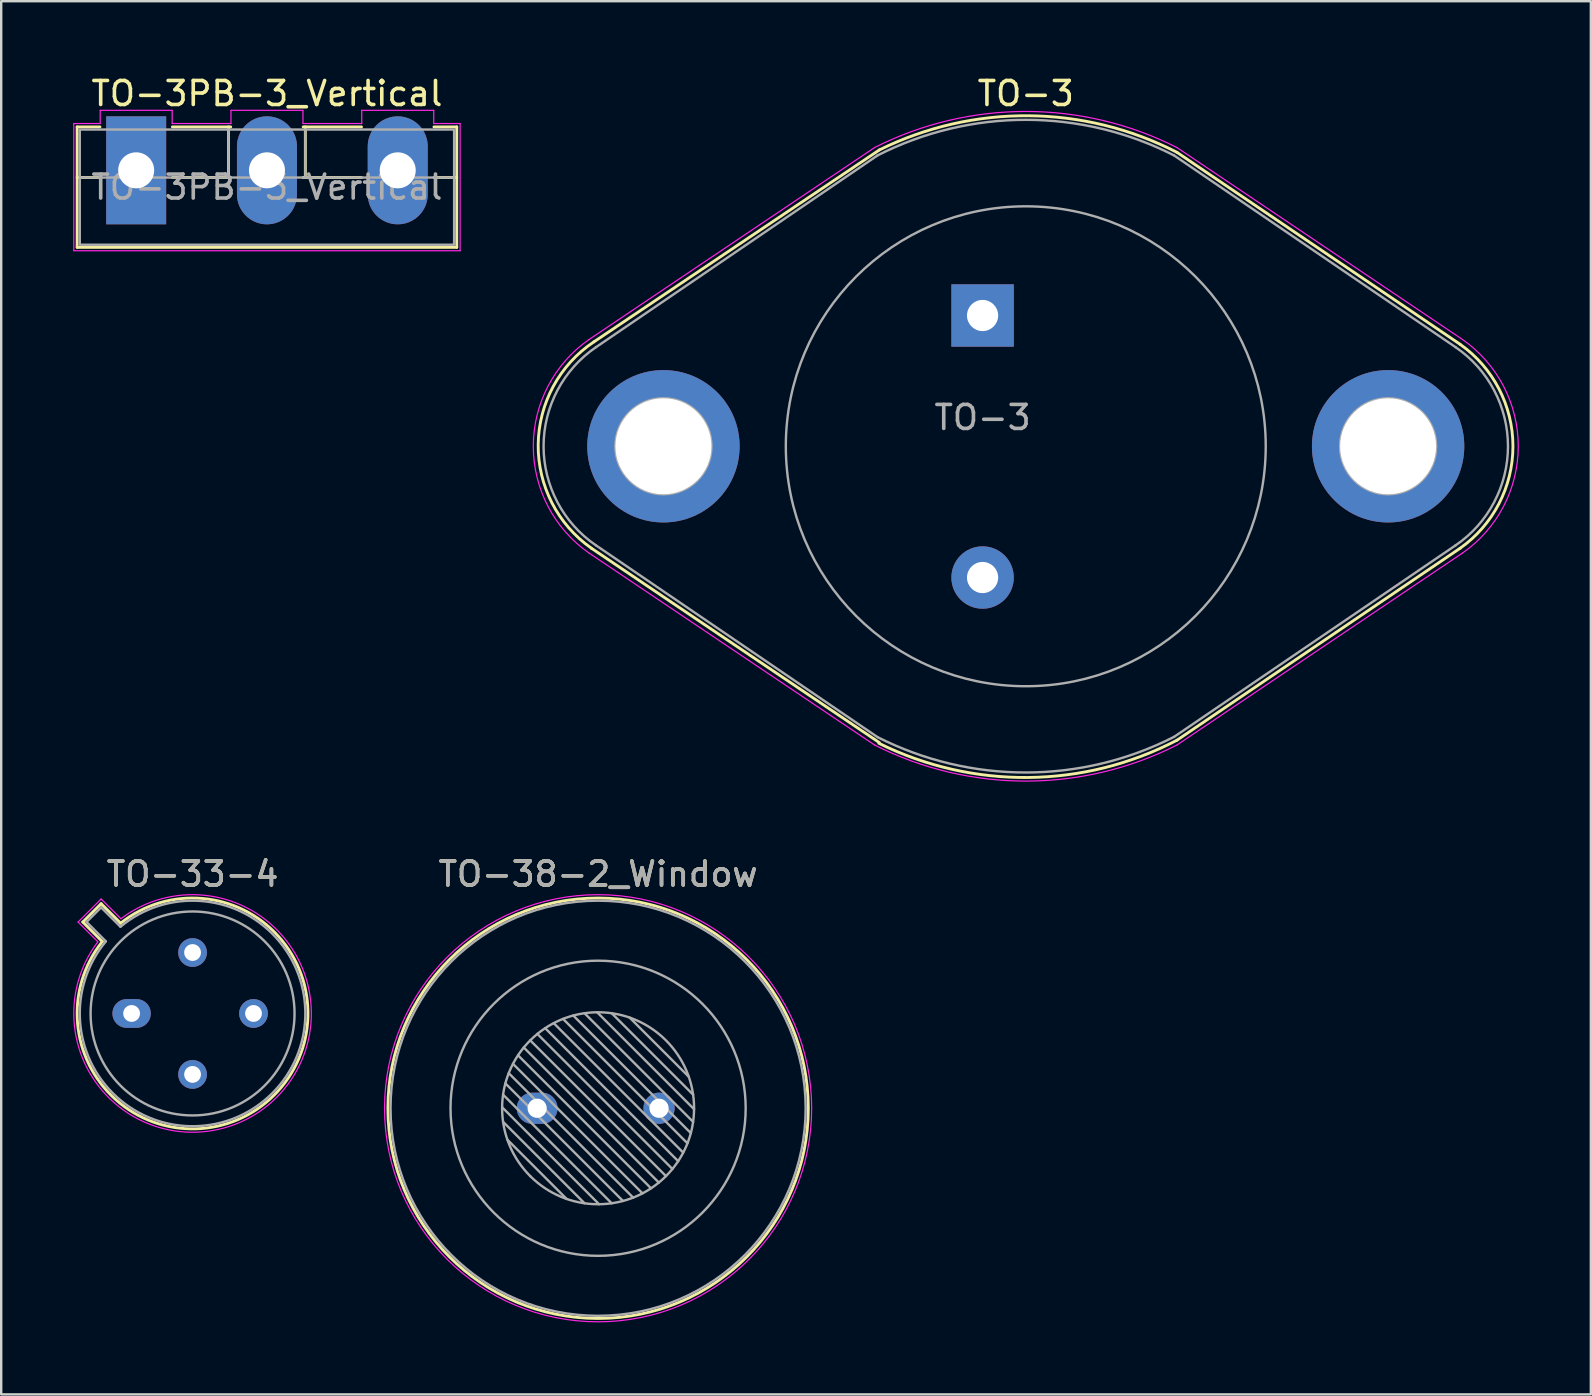
<source format=kicad_pcb>
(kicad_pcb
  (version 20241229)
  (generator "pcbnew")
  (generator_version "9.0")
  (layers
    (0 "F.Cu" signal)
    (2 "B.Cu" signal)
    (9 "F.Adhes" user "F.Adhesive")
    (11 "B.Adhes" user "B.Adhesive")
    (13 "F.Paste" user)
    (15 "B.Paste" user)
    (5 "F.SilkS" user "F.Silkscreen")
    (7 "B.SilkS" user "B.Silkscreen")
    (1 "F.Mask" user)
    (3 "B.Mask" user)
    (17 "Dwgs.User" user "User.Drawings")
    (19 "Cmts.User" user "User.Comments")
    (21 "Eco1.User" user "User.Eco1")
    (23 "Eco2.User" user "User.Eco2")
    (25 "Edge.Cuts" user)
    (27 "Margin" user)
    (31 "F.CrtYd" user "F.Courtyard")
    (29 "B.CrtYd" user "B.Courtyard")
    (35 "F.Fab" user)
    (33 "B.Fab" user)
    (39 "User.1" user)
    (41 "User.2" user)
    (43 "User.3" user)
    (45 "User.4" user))
  (footprint "TO-3PB-3_Vertical"
    (layer "F.Cu")
    (at 2.625 4.048)
    (property "Reference" "TO-3PB-3_Vertical" (at 5.45 -3.2 0) (layer "F.SilkS") (effects (font (size 1 1) (thickness 0.15))))
    (attr through_hole)
    (fp_line (start -2.46 -1.81) (end -1.51 -1.81) (stroke (width 0.12) (type solid)) (layer "F.SilkS"))
    (fp_line (start -2.46 0.3) (end -1.51 0.3) (stroke (width 0.12) (type solid)) (layer "F.SilkS"))
    (fp_line (start -2.46 3.21) (end -2.46 -1.81) (stroke (width 0.12) (type solid)) (layer "F.SilkS"))
    (fp_line (start 1.51 -1.81) (end 3.94 -1.81) (stroke (width 0.12) (type solid)) (layer "F.SilkS"))
    (fp_line (start 1.51 0.3) (end 3.94 0.3) (stroke (width 0.12) (type solid)) (layer "F.SilkS"))
    (fp_line (start 3.85 -1.81) (end 3.85 0.3) (stroke (width 0.12) (type solid)) (layer "F.SilkS"))
    (fp_line (start 6.96 -1.81) (end 9.39 -1.81) (stroke (width 0.12) (type solid)) (layer "F.SilkS"))
    (fp_line (start 6.96 0.3) (end 9.39 0.3) (stroke (width 0.12) (type solid)) (layer "F.SilkS"))
    (fp_line (start 7.05 -1.81) (end 7.05 0.3) (stroke (width 0.12) (type solid)) (layer "F.SilkS"))
    (fp_line (start 12.41 -1.81) (end 13.36 -1.81) (stroke (width 0.12) (type solid)) (layer "F.SilkS"))
    (fp_line (start 12.41 0.3) (end 13.36 0.3) (stroke (width 0.12) (type solid)) (layer "F.SilkS"))
    (fp_line (start 13.36 -1.81) (end 13.36 3.21) (stroke (width 0.12) (type solid)) (layer "F.SilkS"))
    (fp_line (start 13.36 3.21) (end -2.46 3.21) (stroke (width 0.12) (type solid)) (layer "F.SilkS"))
    (fp_line (start -2.6 -1.95) (end -1.5 -1.95) (stroke (width 0.05) (type solid)) (layer "F.CrtYd"))
    (fp_line (start -2.6 3.35) (end -2.6 -1.95) (stroke (width 0.05) (type solid)) (layer "F.CrtYd"))
    (fp_line (start -1.5 -2.5) (end 1.5 -2.5) (stroke (width 0.05) (type solid)) (layer "F.CrtYd"))
    (fp_line (start -1.5 -1.95) (end -1.5 -2.5) (stroke (width 0.05) (type solid)) (layer "F.CrtYd"))
    (fp_line (start 1.5 -2.5) (end 1.5 -1.95) (stroke (width 0.05) (type solid)) (layer "F.CrtYd"))
    (fp_line (start 1.5 -1.95) (end 3.95 -1.95) (stroke (width 0.05) (type solid)) (layer "F.CrtYd"))
    (fp_line (start 3.95 -2.5) (end 6.95 -2.5) (stroke (width 0.05) (type solid)) (layer "F.CrtYd"))
    (fp_line (start 3.95 -1.95) (end 3.95 -2.5) (stroke (width 0.05) (type solid)) (layer "F.CrtYd"))
    (fp_line (start 6.95 -2.5) (end 6.95 -1.95) (stroke (width 0.05) (type solid)) (layer "F.CrtYd"))
    (fp_line (start 6.95 -1.95) (end 9.4 -1.95) (stroke (width 0.05) (type solid)) (layer "F.CrtYd"))
    (fp_line (start 9.4 -2.5) (end 12.4 -2.5) (stroke (width 0.05) (type solid)) (layer "F.CrtYd"))
    (fp_line (start 9.4 -1.95) (end 9.4 -2.5) (stroke (width 0.05) (type solid)) (layer "F.CrtYd"))
    (fp_line (start 12.4 -2.5) (end 12.4 -1.95) (stroke (width 0.05) (type solid)) (layer "F.CrtYd"))
    (fp_line (start 12.4 -1.95) (end 13.5 -1.95) (stroke (width 0.05) (type solid)) (layer "F.CrtYd"))
    (fp_line (start 13.5 -1.95) (end 13.5 3.35) (stroke (width 0.05) (type solid)) (layer "F.CrtYd"))
    (fp_line (start 13.5 3.35) (end -2.6 3.35) (stroke (width 0.05) (type solid)) (layer "F.CrtYd"))
    (fp_line (start -2.35 0.3) (end 13.25 0.3) (stroke (width 0.1) (type solid)) (layer "F.Fab"))
    (fp_line (start 3.85 -1.7) (end 3.85 0.3) (stroke (width 0.1) (type solid)) (layer "F.Fab"))
    (fp_line (start 7.05 -1.7) (end 7.05 0.3) (stroke (width 0.1) (type solid)) (layer "F.Fab"))
    (fp_rect (start -2.35 -1.7) (end 13.25 3.1) (stroke (width 0.1) (type solid)) (fill no) (layer "F.Fab"))
    (fp_text user "${REFERENCE}" (at 5.45 0.7 0) (layer "F.Fab") (effects (font (size 1 1) (thickness 0.15))))
    (pad "1" thru_hole rect (at 0 0) (size 2.5 4.5) (drill 1.5) (layers "*.Cu" "*.Mask"))
    (pad "2" thru_hole oval (at 5.45 0) (size 2.5 4.5) (drill 1.5) (layers "*.Cu" "*.Mask"))
    (pad "3" thru_hole oval (at 10.9 0) (size 2.5 4.5) (drill 1.5) (layers "*.Cu" "*.Mask")))
  (footprint "TO-3"
    (layer "F.Cu")
    (at 37.898 10.098)
    (property "Reference" "TO-3" (at 1.8 -9.25 0) (layer "F.SilkS") (effects (font (size 1 1) (thickness 0.15))))
    (attr through_hole)
    (fp_line (start -4.3 -6.9) (end -16.2 1.1) (stroke (width 0.12) (type solid)) (layer "F.SilkS"))
    (fp_line (start -4.3 17.8) (end -16.3 9.7) (stroke (width 0.12) (type solid)) (layer "F.SilkS"))
    (fp_line (start 8.1 -6.8) (end 19.9 1.2) (stroke (width 0.12) (type solid)) (layer "F.SilkS"))
    (fp_line (start 8.1 17.7) (end 19.9 9.7) (stroke (width 0.12) (type solid)) (layer "F.SilkS"))
    (fp_arc (start -16.3 9.7) (mid -18.519226 5.373613) (end -16.2 1.1) (stroke (width 0.12) (type solid)) (layer "F.SilkS"))
    (fp_arc (start -4.3 -6.9) (mid 1.911888 -8.324079) (end 8.1 -6.8) (stroke (width 0.12) (type solid)) (layer "F.SilkS"))
    (fp_arc (start 8.1 17.7) (mid 1.90661 19.252956) (end -4.325 17.825) (stroke (width 0.12) (type solid)) (layer "F.SilkS"))
    (fp_arc (start 19.9 1.2) (mid 22.102158 5.45) (end 19.9 9.7) (stroke (width 0.12) (type solid)) (layer "F.SilkS"))
    (fp_line (start -4.5 -7) (end -16.4 1) (stroke (width 0.05) (type solid)) (layer "F.CrtYd"))
    (fp_line (start -4.5 17.9) (end -16.4 9.9) (stroke (width 0.05) (type solid)) (layer "F.CrtYd"))
    (fp_line (start 8.1 -7) (end 20 1) (stroke (width 0.05) (type solid)) (layer "F.CrtYd"))
    (fp_line (start 8.1 17.9) (end 20 9.9) (stroke (width 0.05) (type solid)) (layer "F.CrtYd"))
    (fp_arc (start -16.4 9.9) (mid -18.723326 5.45) (end -16.4 1) (stroke (width 0.05) (type solid)) (layer "F.CrtYd"))
    (fp_arc (start -4.5 -7) (mid 1.8 -8.503225) (end 8.1 -7) (stroke (width 0.05) (type solid)) (layer "F.CrtYd"))
    (fp_arc (start 8.1 17.9) (mid 1.8 19.403223) (end -4.5 17.9) (stroke (width 0.05) (type solid)) (layer "F.CrtYd"))
    (fp_arc (start 20 1) (mid 22.323325 5.45) (end 20 9.9) (stroke (width 0.05) (type solid)) (layer "F.CrtYd"))
    (fp_line (start -4.38 -6.67) (end -16.11 1.32) (stroke (width 0.1) (type solid)) (layer "F.Fab"))
    (fp_line (start -4.38 17.57) (end -16.11 9.58) (stroke (width 0.1) (type solid)) (layer "F.Fab"))
    (fp_line (start 7.98 -6.67) (end 19.71 1.32) (stroke (width 0.1) (type solid)) (layer "F.Fab"))
    (fp_line (start 7.98 17.56) (end 19.71 9.58) (stroke (width 0.1) (type solid)) (layer "F.Fab"))
    (fp_arc (start -16.11 9.58) (mid -18.295292 5.45) (end -16.11 1.32) (stroke (width 0.1) (type solid)) (layer "F.Fab"))
    (fp_arc (start -4.38 -6.67) (mid 1.8 -8.154661) (end 7.98 -6.67) (stroke (width 0.1) (type solid)) (layer "F.Fab"))
    (fp_arc (start 7.98 17.56) (mid 1.801197 19.045069) (end -4.38 17.57) (stroke (width 0.1) (type solid)) (layer "F.Fab"))
    (fp_arc (start 19.71 1.32) (mid 21.895289 5.45) (end 19.71 9.58) (stroke (width 0.1) (type solid)) (layer "F.Fab"))
    (fp_circle (center -13.3 5.45) (end -15.3 5.45) (stroke (width 0.1) (type solid)) (fill no) (layer "F.Fab"))
    (fp_circle (center 1.8 5.45) (end 11.8 5.45) (stroke (width 0.1) (type solid)) (fill no) (layer "F.Fab"))
    (fp_circle (center 16.9 5.45) (end 18.9 5.45) (stroke (width 0.1) (type solid)) (fill no) (layer "F.Fab"))
    (fp_text user "${REFERENCE}" (at 0 4.25 0) (layer "F.Fab") (effects (font (size 1 1) (thickness 0.15))))
    (pad "1" thru_hole rect (at 0 0) (size 2.6 2.6) (drill 1.3) (layers "*.Cu" "*.Mask"))
    (pad "2" thru_hole circle (at 0 10.92) (size 2.6 2.6) (drill 1.3) (layers "*.Cu" "*.Mask"))
    (pad "3" thru_hole circle (at -13.3 5.45) (size 6.35 6.35) (drill 4) (layers "*.Cu" "*.Mask"))
    (pad "3" thru_hole circle (at 16.9 5.45) (size 6.35 6.35) (drill 4) (layers "*.Cu" "*.Mask")))
  (footprint "TO-33-4"
    (layer "F.Cu")
    (at 2.435 39.185)
    (property "Reference" "TO-33-4" (at 2.54 -5.81 0) (layer "F.SilkS") (effects (font (size 1 1) (thickness 0.15))))
    (attr through_hole)
    (fp_line (start -2.035 -3.811) (end -1.222 -2.998) (stroke (width 0.12) (type solid)) (layer "F.SilkS"))
    (fp_line (start -1.271 -4.575) (end -2.035 -3.811) (stroke (width 0.12) (type solid)) (layer "F.SilkS"))
    (fp_line (start -0.458 -3.762) (end -1.271 -4.575) (stroke (width 0.12) (type solid)) (layer "F.SilkS"))
    (fp_arc (start -0.457844 -3.76152) (mid 5.941184 3.401184) (end -1.22152 -2.997844) (stroke (width 0.12) (type solid)) (layer "F.SilkS"))
    (fp_line (start -2.231 -3.81) (end -1.408 -2.986) (stroke (width 0.05) (type solid)) (layer "F.CrtYd"))
    (fp_line (start -1.27 -4.771) (end -2.231 -3.81) (stroke (width 0.05) (type solid)) (layer "F.CrtYd"))
    (fp_line (start -0.446 -3.948) (end -1.27 -4.771) (stroke (width 0.05) (type solid)) (layer "F.CrtYd"))
    (fp_arc (start -0.446162 -3.947827) (mid 6.040179 3.500179) (end -1.407827 -2.986162) (stroke (width 0.05) (type solid)) (layer "F.CrtYd"))
    (fp_line (start -1.88 -3.812) (end -1.074 -3.005) (stroke (width 0.1) (type solid)) (layer "F.Fab"))
    (fp_line (start -1.272 -4.42) (end -1.88 -3.812) (stroke (width 0.1) (type solid)) (layer "F.Fab"))
    (fp_line (start -0.465 -3.614) (end -1.272 -4.42) (stroke (width 0.1) (type solid)) (layer "F.Fab"))
    (fp_arc (start -0.465408 -3.61352) (mid 5.863402 3.323402) (end -1.07352 -3.005408) (stroke (width 0.1) (type solid)) (layer "F.Fab"))
    (fp_circle (center 2.54 0) (end 6.79 0) (stroke (width 0.1) (type solid)) (fill no) (layer "F.Fab"))
    (fp_text user "${REFERENCE}" (at 2.54 -5.81 0) (layer "F.Fab") (effects (font (size 1 1) (thickness 0.15))))
    (pad "1" thru_hole oval (at 0 0) (size 1.6 1.2) (drill 0.7) (layers "*.Cu" "*.Mask"))
    (pad "2" thru_hole circle (at 2.54 2.54) (size 1.2 1.2) (drill 0.7) (layers "*.Cu" "*.Mask"))
    (pad "3" thru_hole circle (at 5.08 0) (size 1.2 1.2) (drill 0.7) (layers "*.Cu" "*.Mask"))
    (pad "4" thru_hole circle (at 2.54 -2.54) (size 1.2 1.2) (drill 0.7) (layers "*.Cu" "*.Mask")))
  (footprint "TO-38-2_Window"
    (layer "F.Cu")
    (at 19.335 43.135)
    (property "Reference" "TO-38-2_Window" (at 2.54 -9.76 0) (layer "F.SilkS") (effects (font (size 1 1) (thickness 0.15))))
    (attr through_hole)
    (fp_circle (center 2.54 0) (end 11.3 0) (stroke (width 0.12) (type solid)) (fill no) (layer "F.SilkS"))
    (fp_circle (center 2.54 0) (end 11.44 0) (stroke (width 0.05) (type solid)) (fill no) (layer "F.CrtYd"))
    (fp_line (start -1.46 -0.041) (end 2.581 4) (stroke (width 0.1) (type solid)) (layer "F.Fab"))
    (fp_line (start -1.42 -0.566) (end 3.106 3.96) (stroke (width 0.1) (type solid)) (layer "F.Fab"))
    (fp_line (start -1.42 0.566) (end 1.974 3.96) (stroke (width 0.1) (type solid)) (layer "F.Fab"))
    (fp_line (start -1.324 -1.036) (end 3.576 3.864) (stroke (width 0.1) (type solid)) (layer "F.Fab"))
    (fp_line (start -1.239 1.313) (end 1.227 3.779) (stroke (width 0.1) (type solid)) (layer "F.Fab"))
    (fp_line (start -1.184 -1.461) (end 4.001 3.724) (stroke (width 0.1) (type solid)) (layer "F.Fab"))
    (fp_line (start -1.007 -1.85) (end 4.39 3.547) (stroke (width 0.1) (type solid)) (layer "F.Fab"))
    (fp_line (start -0.797 -2.206) (end 4.746 3.337) (stroke (width 0.1) (type solid)) (layer "F.Fab"))
    (fp_line (start -0.558 -2.532) (end 5.072 3.098) (stroke (width 0.1) (type solid)) (layer "F.Fab"))
    (fp_line (start -0.289 -2.829) (end 5.369 2.829) (stroke (width 0.1) (type solid)) (layer "F.Fab"))
    (fp_line (start -0.289 2.829) (end -0.289 2.829) (stroke (width 0.1) (type solid)) (layer "F.Fab"))
    (fp_line (start 0.008 -3.098) (end 5.638 2.532) (stroke (width 0.1) (type solid)) (layer "F.Fab"))
    (fp_line (start 0.334 -3.337) (end 5.877 2.206) (stroke (width 0.1) (type solid)) (layer "F.Fab"))
    (fp_line (start 0.69 -3.547) (end 6.087 1.85) (stroke (width 0.1) (type solid)) (layer "F.Fab"))
    (fp_line (start 1.079 -3.724) (end 6.264 1.461) (stroke (width 0.1) (type solid)) (layer "F.Fab"))
    (fp_line (start 1.504 -3.864) (end 6.404 1.036) (stroke (width 0.1) (type solid)) (layer "F.Fab"))
    (fp_line (start 1.974 -3.96) (end 6.5 0.566) (stroke (width 0.1) (type solid)) (layer "F.Fab"))
    (fp_line (start 2.499 -4) (end 6.54 0.041) (stroke (width 0.1) (type solid)) (layer "F.Fab"))
    (fp_line (start 3.106 -3.96) (end 6.5 -0.566) (stroke (width 0.1) (type solid)) (layer "F.Fab"))
    (fp_line (start 3.853 -3.779) (end 6.319 -1.313) (stroke (width 0.1) (type solid)) (layer "F.Fab"))
    (fp_circle (center 2.54 0) (end 6.54 0) (stroke (width 0.1) (type solid)) (fill no) (layer "F.Fab"))
    (fp_circle (center 2.54 0) (end 8.69 0) (stroke (width 0.1) (type solid)) (fill no) (layer "F.Fab"))
    (fp_circle (center 2.54 0) (end 11.19 0) (stroke (width 0.1) (type solid)) (fill no) (layer "F.Fab"))
    (fp_text user "${REFERENCE}" (at 2.54 -9.76 0) (layer "F.Fab") (effects (font (size 1 1) (thickness 0.15))))
    (pad "1" thru_hole oval (at 0 0) (size 1.7 1.3) (drill 0.8) (layers "*.Cu" "*.Mask"))
    (pad "2" thru_hole circle (at 5.08 0) (size 1.3 1.3) (drill 0.8) (layers "*.Cu" "*.Mask")))
  (gr_rect
    (start -3 -3)
    (end 63.247 55.06)
    (stroke (width 0.1) (type default))
    (fill no)
    (layer "Edge.Cuts")))
</source>
